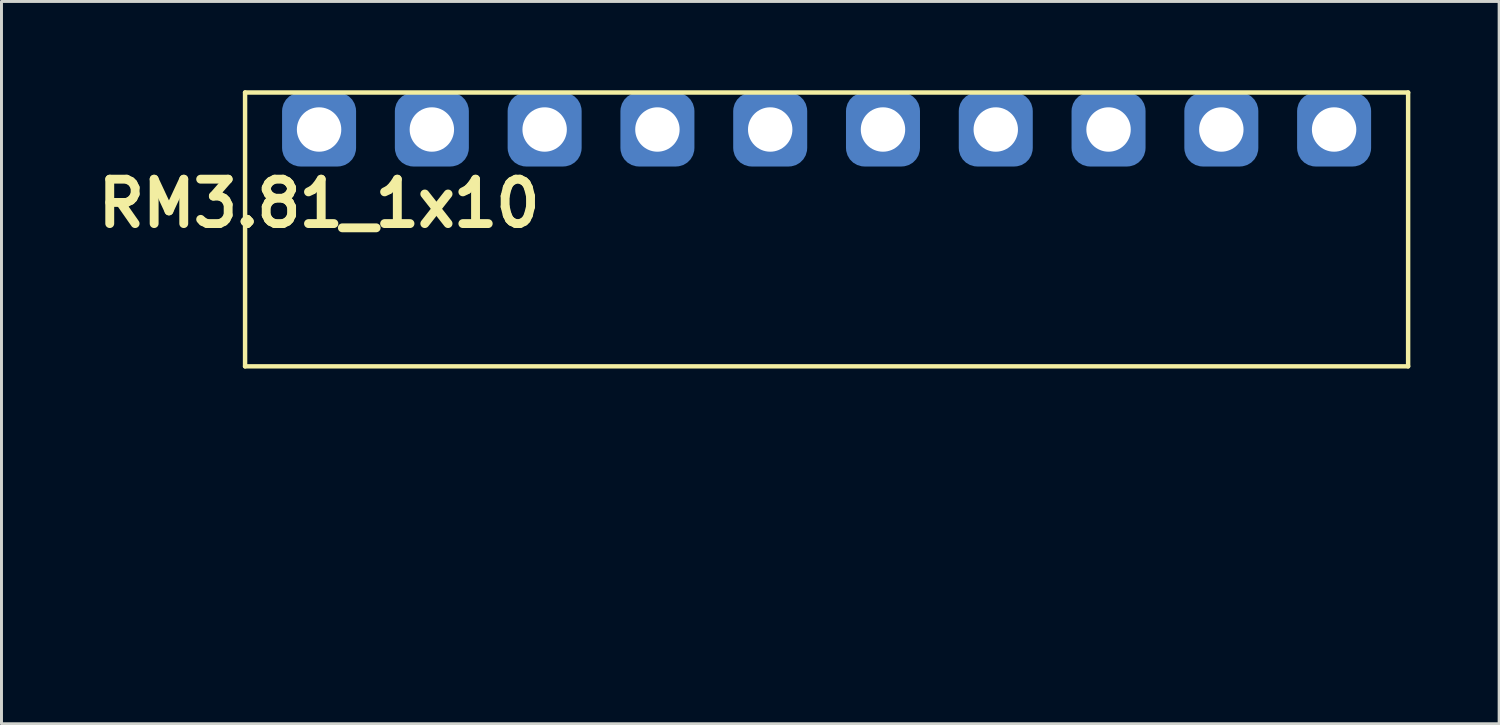
<source format=kicad_pcb>
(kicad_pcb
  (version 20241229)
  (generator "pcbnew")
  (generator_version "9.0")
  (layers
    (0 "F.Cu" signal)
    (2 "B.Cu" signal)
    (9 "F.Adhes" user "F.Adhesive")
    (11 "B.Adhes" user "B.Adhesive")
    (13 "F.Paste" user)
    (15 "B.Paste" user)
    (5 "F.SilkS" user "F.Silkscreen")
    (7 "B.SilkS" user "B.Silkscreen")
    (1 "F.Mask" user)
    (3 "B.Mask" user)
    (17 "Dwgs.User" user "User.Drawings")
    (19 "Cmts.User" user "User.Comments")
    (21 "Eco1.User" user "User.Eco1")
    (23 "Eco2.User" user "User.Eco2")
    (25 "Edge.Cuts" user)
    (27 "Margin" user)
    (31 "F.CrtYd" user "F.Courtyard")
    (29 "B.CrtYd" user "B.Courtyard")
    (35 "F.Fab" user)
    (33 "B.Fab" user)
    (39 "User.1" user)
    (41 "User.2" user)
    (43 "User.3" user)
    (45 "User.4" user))
  (footprint "RM3.81_1x10"
    (layer "F.Cu")
    (at 7.729 1.325)
    (property "Reference" "RM3.81_1x10" (at 0 2.5 0) (layer "F.SilkS") (effects (font (size 1.5 1.5) (thickness 0.3))))
    (attr through_hole)
    (fp_line (start -2.5 -1.25) (end -2.5 8) (stroke (width 0.15) (type solid)) (layer "F.SilkS"))
    (fp_line (start -2.5 8) (end 36.79 8) (stroke (width 0.15) (type solid)) (layer "F.SilkS"))
    (fp_line (start 36.79 -1.25) (end -2.5 -1.25) (stroke (width 0.15) (type solid)) (layer "F.SilkS"))
    (fp_line (start 36.79 8) (end 36.79 -1.25) (stroke (width 0.15) (type solid)) (layer "F.SilkS"))
    (fp_line (start -1.905 17) (end -1.905 8) (stroke (width 0.15) (type solid)) (layer "Margin"))
    (fp_line (start -1.905 17) (end 36.195 17) (stroke (width 0.15) (type solid)) (layer "Margin"))
    (fp_line (start -1.5 12) (end 1.5 12) (stroke (width 0.15) (type solid)) (layer "Margin"))
    (fp_line (start 2.31 12) (end 5.31 12) (stroke (width 0.15) (type solid)) (layer "Margin"))
    (fp_line (start 6.12 12) (end 9.12 12) (stroke (width 0.15) (type solid)) (layer "Margin"))
    (fp_line (start 9.93 12) (end 12.93 12) (stroke (width 0.15) (type solid)) (layer "Margin"))
    (fp_line (start 13.74 12) (end 16.74 12) (stroke (width 0.15) (type solid)) (layer "Margin"))
    (fp_line (start 17.55 12) (end 20.55 12) (stroke (width 0.15) (type solid)) (layer "Margin"))
    (fp_line (start 21.36 12) (end 24.36 12) (stroke (width 0.15) (type solid)) (layer "Margin"))
    (fp_line (start 25.17 12) (end 28.17 12) (stroke (width 0.15) (type solid)) (layer "Margin"))
    (fp_line (start 28.98 12) (end 31.98 12) (stroke (width 0.15) (type solid)) (layer "Margin"))
    (fp_line (start 32.79 12) (end 35.79 12) (stroke (width 0.15) (type solid)) (layer "Margin"))
    (fp_line (start 36.195 17) (end 36.195 8) (stroke (width 0.15) (type solid)) (layer "Margin"))
    (fp_circle (center 0 12) (end 0 10.5) (stroke (width 0.15) (type solid)) (fill no) (layer "Margin"))
    (fp_circle (center 3.81 12) (end 3.81 10.5) (stroke (width 0.15) (type solid)) (fill no) (layer "Margin"))
    (fp_circle (center 7.62 12) (end 7.62 10.5) (stroke (width 0.15) (type solid)) (fill no) (layer "Margin"))
    (fp_circle (center 11.43 12) (end 11.43 10.5) (stroke (width 0.15) (type solid)) (fill no) (layer "Margin"))
    (fp_circle (center 15.24 12) (end 15.24 10.5) (stroke (width 0.15) (type solid)) (fill no) (layer "Margin"))
    (fp_circle (center 19.05 12) (end 19.05 10.5) (stroke (width 0.15) (type solid)) (fill no) (layer "Margin"))
    (fp_circle (center 22.86 12) (end 22.86 10.5) (stroke (width 0.15) (type solid)) (fill no) (layer "Margin"))
    (fp_circle (center 26.67 12) (end 26.67 10.5) (stroke (width 0.15) (type solid)) (fill no) (layer "Margin"))
    (fp_circle (center 30.48 12) (end 30.48 10.5) (stroke (width 0.15) (type solid)) (fill no) (layer "Margin"))
    (fp_circle (center 34.29 12) (end 34.29 10.5) (stroke (width 0.15) (type solid)) (fill no) (layer "Margin"))
    (pad "1" thru_hole circle (at 0 0) (size 1.8 1.8) (drill 1.5) (layers "*.Cu" "*.Mask"))
    (pad "1" smd roundrect (at 0 0) (size 2.5 2.5) (layers "B.Cu" "B.Mask") (roundrect_rratio 0.25))
    (pad "2" thru_hole circle (at 3.81 0) (size 1.8 1.8) (drill 1.5) (layers "*.Cu" "*.Mask"))
    (pad "2" smd roundrect (at 3.81 0) (size 2.5 2.5) (layers "B.Cu" "B.Mask") (roundrect_rratio 0.25))
    (pad "3" thru_hole circle (at 7.62 0) (size 1.8 1.8) (drill 1.5) (layers "*.Cu" "*.Mask"))
    (pad "3" smd roundrect (at 7.62 0) (size 2.5 2.5) (layers "B.Cu" "B.Mask") (roundrect_rratio 0.25))
    (pad "4" thru_hole circle (at 11.43 0) (size 1.8 1.8) (drill 1.5) (layers "*.Cu" "*.Mask"))
    (pad "4" smd roundrect (at 11.43 0) (size 2.5 2.5) (layers "B.Cu" "B.Mask") (roundrect_rratio 0.25))
    (pad "5" thru_hole circle (at 15.24 0) (size 1.8 1.8) (drill 1.5) (layers "*.Cu" "*.Mask"))
    (pad "5" smd roundrect (at 15.24 0) (size 2.5 2.5) (layers "B.Cu" "B.Mask") (roundrect_rratio 0.25))
    (pad "6" thru_hole circle (at 19.05 0) (size 1.8 1.8) (drill 1.5) (layers "*.Cu" "*.Mask"))
    (pad "6" smd roundrect (at 19.05 0) (size 2.5 2.5) (layers "B.Cu" "B.Mask") (roundrect_rratio 0.25))
    (pad "7" thru_hole circle (at 22.86 0) (size 1.8 1.8) (drill 1.5) (layers "*.Cu" "*.Mask"))
    (pad "7" smd roundrect (at 22.86 0) (size 2.5 2.5) (layers "B.Cu" "B.Mask") (roundrect_rratio 0.25))
    (pad "8" thru_hole circle (at 26.67 0) (size 1.8 1.8) (drill 1.5) (layers "*.Cu" "*.Mask"))
    (pad "8" smd roundrect (at 26.67 0) (size 2.5 2.5) (layers "B.Cu" "B.Mask") (roundrect_rratio 0.25))
    (pad "9" thru_hole circle (at 30.48 0) (size 1.8 1.8) (drill 1.5) (layers "*.Cu" "*.Mask"))
    (pad "9" smd roundrect (at 30.48 0) (size 2.5 2.5) (layers "B.Cu" "B.Mask") (roundrect_rratio 0.25))
    (pad "10" thru_hole circle (at 34.29 0) (size 1.8 1.8) (drill 1.5) (layers "*.Cu" "*.Mask"))
    (pad "10" smd roundrect (at 34.29 0) (size 2.5 2.5) (layers "B.Cu" "B.Mask") (roundrect_rratio 0.25)))
  (gr_rect
    (start -3 -3)
    (end 47.594 21.4)
    (stroke (width 0.1) (type default))
    (fill no)
    (layer "Edge.Cuts")))
</source>
